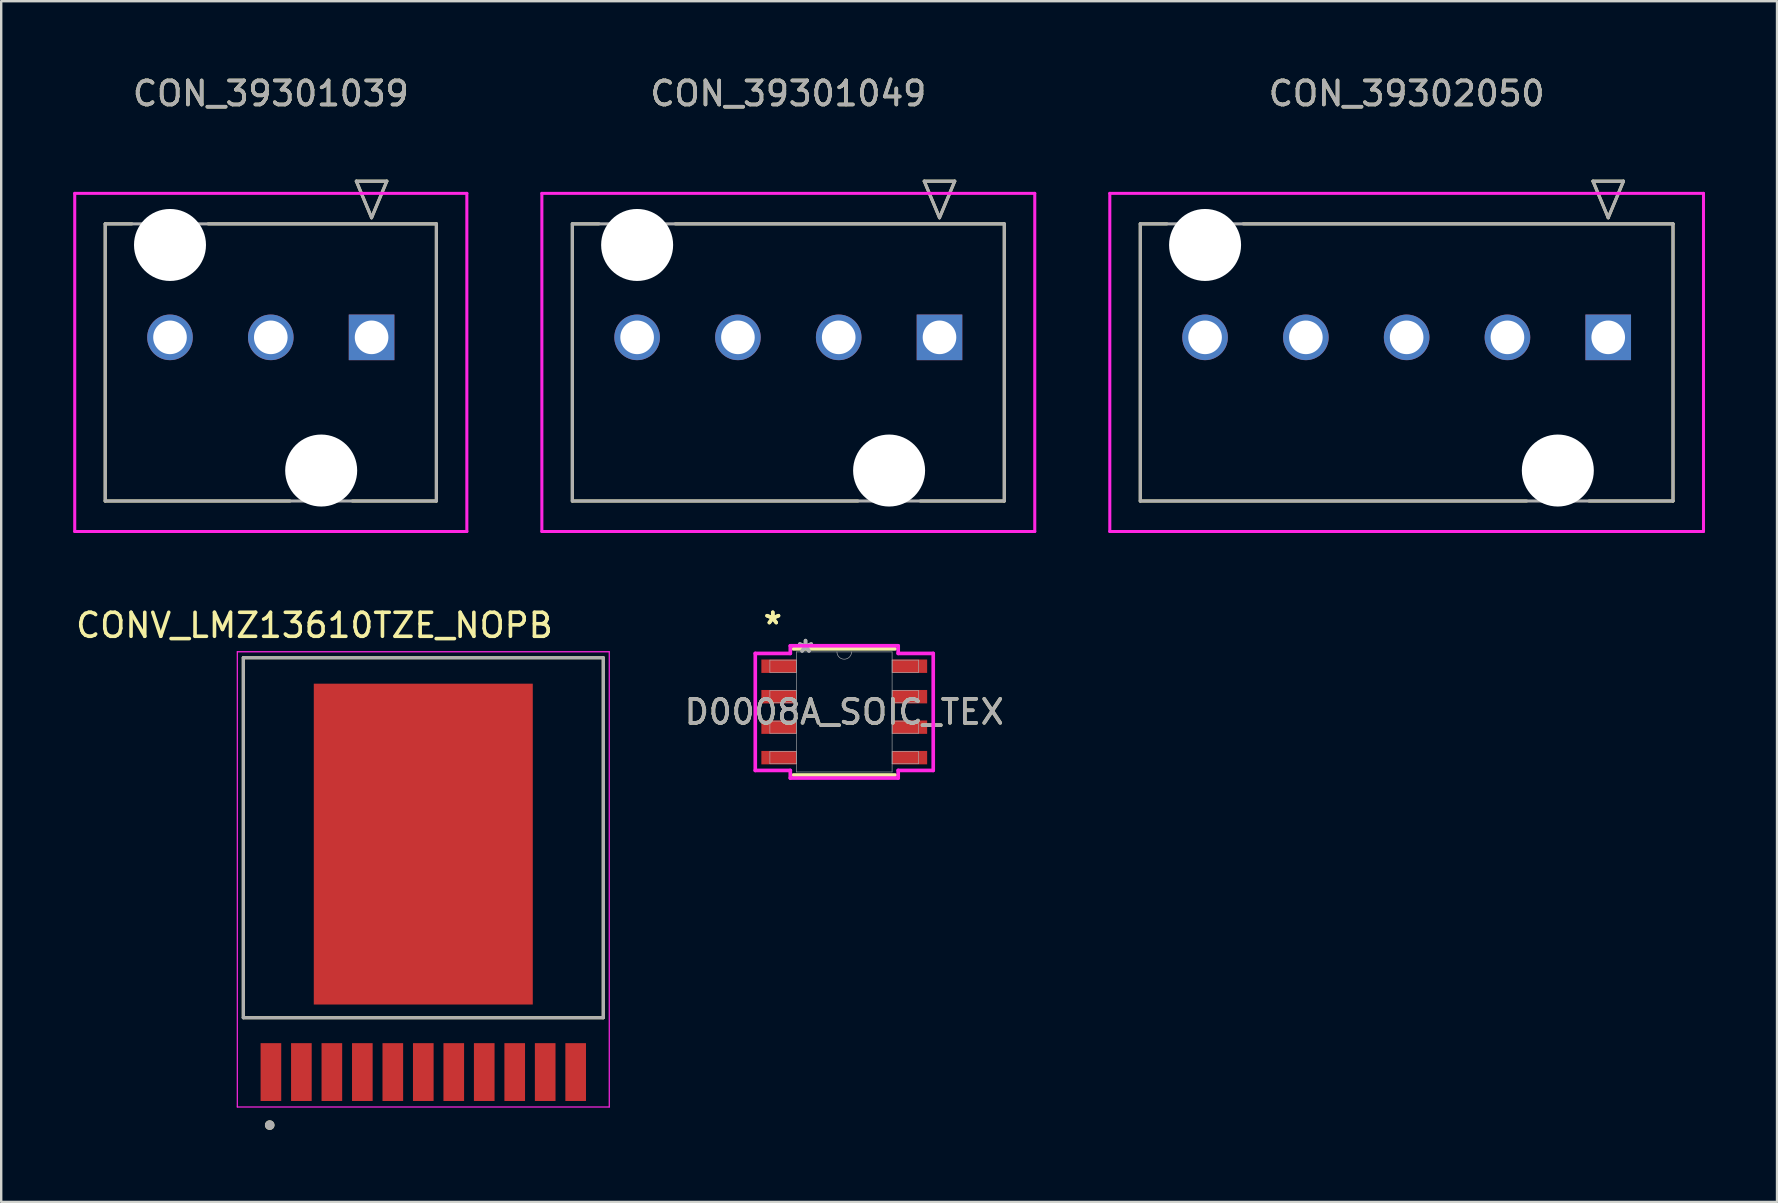
<source format=kicad_pcb>
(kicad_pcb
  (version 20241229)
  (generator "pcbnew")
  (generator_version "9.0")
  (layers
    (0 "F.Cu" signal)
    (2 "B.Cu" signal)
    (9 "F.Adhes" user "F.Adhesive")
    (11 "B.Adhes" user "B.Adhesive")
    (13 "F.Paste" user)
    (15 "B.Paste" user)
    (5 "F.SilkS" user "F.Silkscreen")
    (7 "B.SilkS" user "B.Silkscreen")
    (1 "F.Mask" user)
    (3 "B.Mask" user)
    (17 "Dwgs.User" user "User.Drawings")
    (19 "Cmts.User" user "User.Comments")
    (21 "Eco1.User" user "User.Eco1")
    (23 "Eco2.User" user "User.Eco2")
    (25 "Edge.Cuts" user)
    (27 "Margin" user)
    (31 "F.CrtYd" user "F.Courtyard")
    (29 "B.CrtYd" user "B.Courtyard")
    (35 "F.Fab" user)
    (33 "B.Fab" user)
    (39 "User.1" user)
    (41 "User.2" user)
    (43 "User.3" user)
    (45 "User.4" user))
  (footprint "CON_39301049"
    (layer "F.Cu")
    (at 36.1 11.008)
    (property "Reference" "CON_39301049" (at -6.3 -10.16 0) (unlocked yes) (layer "F.SilkS") (effects (font (size 1 1) (thickness 0.15))))
    (attr through_hole)
    (fp_line (start -15.3 -4.73) (end -15.3 6.82) (stroke (width 0.127) (type solid)) (layer "F.SilkS"))
    (fp_line (start -15.3 6.82) (end -3.4 6.82) (stroke (width 0.127) (type solid)) (layer "F.SilkS"))
    (fp_line (start -14.19 -4.73) (end -15.3 -4.73) (stroke (width 0.127) (type solid)) (layer "F.SilkS"))
    (fp_line (start -0.8 6.82) (end 2.7 6.82) (stroke (width 0.127) (type solid)) (layer "F.SilkS"))
    (fp_line (start -0.635 -6.508) (end 0 -4.984) (stroke (width 0.127) (type solid)) (layer "F.SilkS"))
    (fp_line (start 0 -4.984) (end 0.635 -6.508) (stroke (width 0.127) (type solid)) (layer "F.SilkS"))
    (fp_line (start 0.635 -6.508) (end -0.635 -6.508) (stroke (width 0.127) (type solid)) (layer "F.SilkS"))
    (fp_line (start 2.7 -4.73) (end -11.01 -4.73) (stroke (width 0.127) (type solid)) (layer "F.SilkS"))
    (fp_line (start 2.7 6.82) (end 2.7 -4.73) (stroke (width 0.127) (type solid)) (layer "F.SilkS"))
    (fp_line (start -16.57 -6) (end -16.57 8.09) (stroke (width 0.127) (type solid)) (layer "F.CrtYd"))
    (fp_line (start -16.57 8.09) (end 3.97 8.09) (stroke (width 0.127) (type solid)) (layer "F.CrtYd"))
    (fp_line (start 3.97 -6) (end -16.57 -6) (stroke (width 0.127) (type solid)) (layer "F.CrtYd"))
    (fp_line (start 3.97 8.09) (end 3.97 -6) (stroke (width 0.127) (type solid)) (layer "F.CrtYd"))
    (fp_line (start -15.3 -4.73) (end -15.3 6.82) (stroke (width 0.127) (type solid)) (layer "F.Fab"))
    (fp_line (start -15.3 6.82) (end 2.7 6.82) (stroke (width 0.127) (type solid)) (layer "F.Fab"))
    (fp_line (start -0.635 -6.508) (end 0 -4.984) (stroke (width 0.127) (type solid)) (layer "F.Fab"))
    (fp_line (start 0 -4.984) (end 0.635 -6.508) (stroke (width 0.127) (type solid)) (layer "F.Fab"))
    (fp_line (start 0.635 -6.508) (end -0.635 -6.508) (stroke (width 0.127) (type solid)) (layer "F.Fab"))
    (fp_line (start 2.7 -4.73) (end -15.3 -4.73) (stroke (width 0.127) (type solid)) (layer "F.Fab"))
    (fp_line (start 2.7 6.82) (end 2.7 -4.73) (stroke (width 0.127) (type solid)) (layer "F.Fab"))
    (fp_text user "${REFERENCE}" (at -6.3 -10.16 0) (unlocked yes) (layer "F.Fab") (effects (font (size 1 1) (thickness 0.15))))
    (pad "" np_thru_hole circle (at -12.6 -3.85) (size 3 3) (drill 3) (layers "*.Cu" "*.Mask"))
    (pad "" np_thru_hole circle (at -2.1 5.55) (size 3 3) (drill 3) (layers "*.Cu" "*.Mask"))
    (pad "1" thru_hole rect (at 0 0) (size 1.9 1.9) (drill 1.4) (layers "*.Cu" "*.Mask"))
    (pad "2" thru_hole circle (at -4.2 0) (size 1.9 1.9) (drill 1.4) (layers "*.Cu" "*.Mask"))
    (pad "3" thru_hole circle (at -8.4 0) (size 1.9 1.9) (drill 1.4) (layers "*.Cu" "*.Mask"))
    (pad "4" thru_hole circle (at -12.6 0) (size 1.9 1.9) (drill 1.4) (layers "*.Cu" "*.Mask")))
  (footprint "D0008A_SOIC_TEX"
    (layer "F.Cu")
    (at 32.131 26.617)
    (property "Reference" "D0008A_SOIC_TEX" (at 0 0 0) (unlocked yes) (layer "F.SilkS") (effects (font (size 1 1) (thickness 0.15))))
    (attr smd)
    (fp_line (start -2.121 2.629) (end 2.121 2.629) (stroke (width 0.152) (type solid)) (layer "F.SilkS"))
    (fp_line (start 2.121 -2.629) (end -2.121 -2.629) (stroke (width 0.152) (type solid)) (layer "F.SilkS"))
    (fp_line (start -3.708 -2.438) (end -2.248 -2.438) (stroke (width 0.152) (type solid)) (layer "F.CrtYd"))
    (fp_line (start -3.708 2.438) (end -3.708 -2.438) (stroke (width 0.152) (type solid)) (layer "F.CrtYd"))
    (fp_line (start -3.708 2.438) (end -2.248 2.438) (stroke (width 0.152) (type solid)) (layer "F.CrtYd"))
    (fp_line (start -2.248 -2.756) (end 2.248 -2.756) (stroke (width 0.152) (type solid)) (layer "F.CrtYd"))
    (fp_line (start -2.248 -2.438) (end -2.248 -2.756) (stroke (width 0.152) (type solid)) (layer "F.CrtYd"))
    (fp_line (start -2.248 2.756) (end -2.248 2.438) (stroke (width 0.152) (type solid)) (layer "F.CrtYd"))
    (fp_line (start 2.248 -2.756) (end 2.248 -2.438) (stroke (width 0.152) (type solid)) (layer "F.CrtYd"))
    (fp_line (start 2.248 2.438) (end 2.248 2.756) (stroke (width 0.152) (type solid)) (layer "F.CrtYd"))
    (fp_line (start 2.248 2.756) (end -2.248 2.756) (stroke (width 0.152) (type solid)) (layer "F.CrtYd"))
    (fp_line (start 3.708 -2.438) (end 2.248 -2.438) (stroke (width 0.152) (type solid)) (layer "F.CrtYd"))
    (fp_line (start 3.708 -2.438) (end 3.708 2.438) (stroke (width 0.152) (type solid)) (layer "F.CrtYd"))
    (fp_line (start 3.708 2.438) (end 2.248 2.438) (stroke (width 0.152) (type solid)) (layer "F.CrtYd"))
    (fp_line (start -3.099 -2.159) (end -3.099 -1.651) (stroke (width 0.025) (type solid)) (layer "F.Fab"))
    (fp_line (start -3.099 -1.651) (end -1.994 -1.651) (stroke (width 0.025) (type solid)) (layer "F.Fab"))
    (fp_line (start -3.099 -0.889) (end -3.099 -0.381) (stroke (width 0.025) (type solid)) (layer "F.Fab"))
    (fp_line (start -3.099 -0.381) (end -1.994 -0.381) (stroke (width 0.025) (type solid)) (layer "F.Fab"))
    (fp_line (start -3.099 0.381) (end -3.099 0.889) (stroke (width 0.025) (type solid)) (layer "F.Fab"))
    (fp_line (start -3.099 0.889) (end -1.994 0.889) (stroke (width 0.025) (type solid)) (layer "F.Fab"))
    (fp_line (start -3.099 1.651) (end -3.099 2.159) (stroke (width 0.025) (type solid)) (layer "F.Fab"))
    (fp_line (start -3.099 2.159) (end -1.994 2.159) (stroke (width 0.025) (type solid)) (layer "F.Fab"))
    (fp_line (start -1.994 -2.502) (end -1.994 2.502) (stroke (width 0.025) (type solid)) (layer "F.Fab"))
    (fp_line (start -1.994 -2.159) (end -3.099 -2.159) (stroke (width 0.025) (type solid)) (layer "F.Fab"))
    (fp_line (start -1.994 -1.651) (end -1.994 -2.159) (stroke (width 0.025) (type solid)) (layer "F.Fab"))
    (fp_line (start -1.994 -0.889) (end -3.099 -0.889) (stroke (width 0.025) (type solid)) (layer "F.Fab"))
    (fp_line (start -1.994 -0.381) (end -1.994 -0.889) (stroke (width 0.025) (type solid)) (layer "F.Fab"))
    (fp_line (start -1.994 0.381) (end -3.099 0.381) (stroke (width 0.025) (type solid)) (layer "F.Fab"))
    (fp_line (start -1.994 0.889) (end -1.994 0.381) (stroke (width 0.025) (type solid)) (layer "F.Fab"))
    (fp_line (start -1.994 1.651) (end -3.099 1.651) (stroke (width 0.025) (type solid)) (layer "F.Fab"))
    (fp_line (start -1.994 2.159) (end -1.994 1.651) (stroke (width 0.025) (type solid)) (layer "F.Fab"))
    (fp_line (start -1.994 2.502) (end 1.994 2.502) (stroke (width 0.025) (type solid)) (layer "F.Fab"))
    (fp_line (start 1.994 -2.502) (end -1.994 -2.502) (stroke (width 0.025) (type solid)) (layer "F.Fab"))
    (fp_line (start 1.994 -2.159) (end 1.994 -1.651) (stroke (width 0.025) (type solid)) (layer "F.Fab"))
    (fp_line (start 1.994 -1.651) (end 3.099 -1.651) (stroke (width 0.025) (type solid)) (layer "F.Fab"))
    (fp_line (start 1.994 -0.889) (end 1.994 -0.381) (stroke (width 0.025) (type solid)) (layer "F.Fab"))
    (fp_line (start 1.994 -0.381) (end 3.099 -0.381) (stroke (width 0.025) (type solid)) (layer "F.Fab"))
    (fp_line (start 1.994 0.381) (end 1.994 0.889) (stroke (width 0.025) (type solid)) (layer "F.Fab"))
    (fp_line (start 1.994 0.889) (end 3.099 0.889) (stroke (width 0.025) (type solid)) (layer "F.Fab"))
    (fp_line (start 1.994 1.651) (end 1.994 2.159) (stroke (width 0.025) (type solid)) (layer "F.Fab"))
    (fp_line (start 1.994 2.159) (end 3.099 2.159) (stroke (width 0.025) (type solid)) (layer "F.Fab"))
    (fp_line (start 1.994 2.502) (end 1.994 -2.502) (stroke (width 0.025) (type solid)) (layer "F.Fab"))
    (fp_line (start 3.099 -2.159) (end 1.994 -2.159) (stroke (width 0.025) (type solid)) (layer "F.Fab"))
    (fp_line (start 3.099 -1.651) (end 3.099 -2.159) (stroke (width 0.025) (type solid)) (layer "F.Fab"))
    (fp_line (start 3.099 -0.889) (end 1.994 -0.889) (stroke (width 0.025) (type solid)) (layer "F.Fab"))
    (fp_line (start 3.099 -0.381) (end 3.099 -0.889) (stroke (width 0.025) (type solid)) (layer "F.Fab"))
    (fp_line (start 3.099 0.381) (end 1.994 0.381) (stroke (width 0.025) (type solid)) (layer "F.Fab"))
    (fp_line (start 3.099 0.889) (end 3.099 0.381) (stroke (width 0.025) (type solid)) (layer "F.Fab"))
    (fp_line (start 3.099 1.651) (end 1.994 1.651) (stroke (width 0.025) (type solid)) (layer "F.Fab"))
    (fp_line (start 3.099 2.159) (end 3.099 1.651) (stroke (width 0.025) (type solid)) (layer "F.Fab"))
    (fp_arc (start 0.3048 -2.5019) (mid 0 -2.1971) (end -0.3048 -2.5019) (stroke (width 0.0254) (type solid)) (layer "F.Fab"))
    (fp_text user "*" (at -2.978 -3.607 0) (layer "F.SilkS") (effects (font (size 1 1) (thickness 0.15))))
    (fp_text user "*" (at -2.978 -3.607 0) (unlocked yes) (layer "F.SilkS") (effects (font (size 1 1) (thickness 0.15))))
    (fp_text user "*" (at -1.613 -2.426 0) (unlocked yes) (layer "F.Fab") (effects (font (size 1 1) (thickness 0.15))))
    (fp_text user "${REFERENCE}" (at 0 0 0) (unlocked yes) (layer "F.Fab") (effects (font (size 1 1) (thickness 0.15))))
    (fp_text user "*" (at -1.613 -2.426 0) (layer "F.Fab") (effects (font (size 1 1) (thickness 0.15))))
    (pad "1" smd rect (at -2.724 -1.905) (size 1.46 0.559) (layers "F.Cu" "F.Mask" "F.Paste"))
    (pad "2" smd rect (at -2.724 -0.635) (size 1.46 0.559) (layers "F.Cu" "F.Mask" "F.Paste"))
    (pad "3" smd rect (at -2.724 0.635) (size 1.46 0.559) (layers "F.Cu" "F.Mask" "F.Paste"))
    (pad "4" smd rect (at -2.724 1.905) (size 1.46 0.559) (layers "F.Cu" "F.Mask" "F.Paste"))
    (pad "5" smd rect (at 2.724 1.905) (size 1.46 0.559) (layers "F.Cu" "F.Mask" "F.Paste"))
    (pad "6" smd rect (at 2.724 0.635) (size 1.46 0.559) (layers "F.Cu" "F.Mask" "F.Paste"))
    (pad "7" smd rect (at 2.724 -0.635) (size 1.46 0.559) (layers "F.Cu" "F.Mask" "F.Paste"))
    (pad "8" smd rect (at 2.724 -1.905) (size 1.46 0.559) (layers "F.Cu" "F.Mask" "F.Paste")))
  (footprint "CONV_LMZ13610TZE_NOPB"
    (layer "F.Cu")
    (at 14.589 33.595)
    (property "Reference" "CONV_LMZ13610TZE_NOPB" (at -4.535 -10.585 0) (layer "F.SilkS") (effects (font (size 1 1) (thickness 0.15))))
    (attr smd)
    (fp_line (start -7.5 -9.235) (end -7.5 5.765) (stroke (width 0.127) (type solid)) (layer "F.SilkS"))
    (fp_line (start -7.5 5.765) (end 7.5 5.765) (stroke (width 0.127) (type solid)) (layer "F.SilkS"))
    (fp_line (start 7.5 -9.235) (end -7.5 -9.235) (stroke (width 0.127) (type solid)) (layer "F.SilkS"))
    (fp_line (start 7.5 5.765) (end 7.5 -9.235) (stroke (width 0.127) (type solid)) (layer "F.SilkS"))
    (fp_circle (center -6.4 10.24) (end -6.3 10.24) (stroke (width 0.2) (type solid)) (fill no) (layer "F.SilkS"))
    (fp_poly (pts (xy -3.226 -6.197) (xy 3.226 -6.197) (xy 3.226 3.257) (xy -3.226 3.257)) (stroke (width 0.01) (type solid)) (fill yes) (layer "F.Paste"))
    (fp_line (start -7.75 -9.485) (end -7.75 9.485) (stroke (width 0.05) (type solid)) (layer "F.CrtYd"))
    (fp_line (start -7.75 9.485) (end 7.75 9.485) (stroke (width 0.05) (type solid)) (layer "F.CrtYd"))
    (fp_line (start 7.75 -9.485) (end -7.75 -9.485) (stroke (width 0.05) (type solid)) (layer "F.CrtYd"))
    (fp_line (start 7.75 9.485) (end 7.75 -9.485) (stroke (width 0.05) (type solid)) (layer "F.CrtYd"))
    (fp_line (start -7.5 -9.235) (end -7.5 5.765) (stroke (width 0.127) (type solid)) (layer "F.Fab"))
    (fp_line (start -7.5 5.765) (end 7.5 5.765) (stroke (width 0.127) (type solid)) (layer "F.Fab"))
    (fp_line (start 7.5 -9.235) (end -7.5 -9.235) (stroke (width 0.127) (type solid)) (layer "F.Fab"))
    (fp_line (start 7.5 5.765) (end 7.5 -9.235) (stroke (width 0.127) (type solid)) (layer "F.Fab"))
    (fp_circle (center -6.4 10.24) (end -6.3 10.24) (stroke (width 0.2) (type solid)) (fill no) (layer "F.Fab"))
    (pad "1" smd rect (at -6.35 8.03) (size 0.86 2.41) (layers "F.Cu" "F.Mask" "F.Paste"))
    (pad "2" smd rect (at -5.08 8.03) (size 0.86 2.41) (layers "F.Cu" "F.Mask" "F.Paste"))
    (pad "3" smd rect (at -3.81 8.03) (size 0.86 2.41) (layers "F.Cu" "F.Mask" "F.Paste"))
    (pad "4" smd rect (at -2.54 8.03) (size 0.86 2.41) (layers "F.Cu" "F.Mask" "F.Paste"))
    (pad "5" smd rect (at -1.27 8.03) (size 0.86 2.41) (layers "F.Cu" "F.Mask" "F.Paste"))
    (pad "6" smd rect (at 0 8.03) (size 0.86 2.41) (layers "F.Cu" "F.Mask" "F.Paste"))
    (pad "7" smd rect (at 1.27 8.03) (size 0.86 2.41) (layers "F.Cu" "F.Mask" "F.Paste"))
    (pad "8" smd rect (at 2.54 8.03) (size 0.86 2.41) (layers "F.Cu" "F.Mask" "F.Paste"))
    (pad "9" smd rect (at 3.81 8.03) (size 0.86 2.41) (layers "F.Cu" "F.Mask" "F.Paste"))
    (pad "10" smd rect (at 5.08 8.03) (size 0.86 2.41) (layers "F.Cu" "F.Mask" "F.Paste"))
    (pad "11" smd rect (at 6.35 8.03) (size 0.86 2.41) (layers "F.Cu" "F.Mask" "F.Paste"))
    (pad "12" smd rect (at 0 -1.47) (size 9.126 13.37) (layers "F.Cu" "F.Mask")))
  (footprint "CON_39302050"
    (layer "F.Cu")
    (at 63.967 11.008)
    (property "Reference" "CON_39302050" (at -8.4 -10.16 0) (unlocked yes) (layer "F.SilkS") (effects (font (size 1 1) (thickness 0.15))))
    (attr through_hole)
    (fp_line (start -19.5 -4.73) (end -19.5 6.82) (stroke (width 0.127) (type solid)) (layer "F.SilkS"))
    (fp_line (start -19.5 6.82) (end -3.4 6.82) (stroke (width 0.127) (type solid)) (layer "F.SilkS"))
    (fp_line (start -18.39 -4.73) (end -19.5 -4.73) (stroke (width 0.127) (type solid)) (layer "F.SilkS"))
    (fp_line (start -0.8 6.82) (end 2.7 6.82) (stroke (width 0.127) (type solid)) (layer "F.SilkS"))
    (fp_line (start -0.635 -6.508) (end 0 -4.984) (stroke (width 0.127) (type solid)) (layer "F.SilkS"))
    (fp_line (start 0 -4.984) (end 0.635 -6.508) (stroke (width 0.127) (type solid)) (layer "F.SilkS"))
    (fp_line (start 0.635 -6.508) (end -0.635 -6.508) (stroke (width 0.127) (type solid)) (layer "F.SilkS"))
    (fp_line (start 2.7 -4.73) (end -15.21 -4.73) (stroke (width 0.127) (type solid)) (layer "F.SilkS"))
    (fp_line (start 2.7 6.82) (end 2.7 -4.73) (stroke (width 0.127) (type solid)) (layer "F.SilkS"))
    (fp_line (start -20.77 -6) (end -20.77 8.09) (stroke (width 0.127) (type solid)) (layer "F.CrtYd"))
    (fp_line (start -20.77 8.09) (end 3.97 8.09) (stroke (width 0.127) (type solid)) (layer "F.CrtYd"))
    (fp_line (start 3.97 -6) (end -20.77 -6) (stroke (width 0.127) (type solid)) (layer "F.CrtYd"))
    (fp_line (start 3.97 8.09) (end 3.97 -6) (stroke (width 0.127) (type solid)) (layer "F.CrtYd"))
    (fp_line (start -19.5 -4.73) (end -19.5 6.82) (stroke (width 0.127) (type solid)) (layer "F.Fab"))
    (fp_line (start -19.5 6.82) (end 2.7 6.82) (stroke (width 0.127) (type solid)) (layer "F.Fab"))
    (fp_line (start -0.635 -6.508) (end 0 -4.984) (stroke (width 0.127) (type solid)) (layer "F.Fab"))
    (fp_line (start 0 -4.984) (end 0.635 -6.508) (stroke (width 0.127) (type solid)) (layer "F.Fab"))
    (fp_line (start 0.635 -6.508) (end -0.635 -6.508) (stroke (width 0.127) (type solid)) (layer "F.Fab"))
    (fp_line (start 2.7 -4.73) (end -19.5 -4.73) (stroke (width 0.127) (type solid)) (layer "F.Fab"))
    (fp_line (start 2.7 6.82) (end 2.7 -4.73) (stroke (width 0.127) (type solid)) (layer "F.Fab"))
    (fp_text user "${REFERENCE}" (at -8.4 -10.16 0) (unlocked yes) (layer "F.Fab") (effects (font (size 1 1) (thickness 0.15))))
    (pad "" np_thru_hole circle (at -16.8 -3.85) (size 3 3) (drill 3) (layers "*.Cu" "*.Mask"))
    (pad "" np_thru_hole circle (at -2.1 5.55) (size 3 3) (drill 3) (layers "*.Cu" "*.Mask"))
    (pad "1" thru_hole rect (at 0 0) (size 1.9 1.9) (drill 1.4) (layers "*.Cu" "*.Mask"))
    (pad "2" thru_hole circle (at -4.2 0) (size 1.9 1.9) (drill 1.4) (layers "*.Cu" "*.Mask"))
    (pad "3" thru_hole circle (at -8.4 0) (size 1.9 1.9) (drill 1.4) (layers "*.Cu" "*.Mask"))
    (pad "4" thru_hole circle (at -12.6 0) (size 1.9 1.9) (drill 1.4) (layers "*.Cu" "*.Mask"))
    (pad "5" thru_hole circle (at -16.8 0) (size 1.9 1.9) (drill 1.4) (layers "*.Cu" "*.Mask")))
  (footprint "CON_39301039"
    (layer "F.Cu")
    (at 12.434 11.008)
    (property "Reference" "CON_39301039" (at -4.2 -10.16 0) (unlocked yes) (layer "F.SilkS") (effects (font (size 1 1) (thickness 0.15))))
    (attr through_hole)
    (fp_line (start -11.1 -4.73) (end -11.1 6.82) (stroke (width 0.127) (type solid)) (layer "F.SilkS"))
    (fp_line (start -11.1 6.82) (end -3.4 6.82) (stroke (width 0.127) (type solid)) (layer "F.SilkS"))
    (fp_line (start -9.99 -4.73) (end -11.1 -4.73) (stroke (width 0.127) (type solid)) (layer "F.SilkS"))
    (fp_line (start -0.8 6.82) (end 2.7 6.82) (stroke (width 0.127) (type solid)) (layer "F.SilkS"))
    (fp_line (start -0.635 -6.508) (end 0 -4.984) (stroke (width 0.127) (type solid)) (layer "F.SilkS"))
    (fp_line (start 0 -4.984) (end 0.635 -6.508) (stroke (width 0.127) (type solid)) (layer "F.SilkS"))
    (fp_line (start 0.635 -6.508) (end -0.635 -6.508) (stroke (width 0.127) (type solid)) (layer "F.SilkS"))
    (fp_line (start 2.7 -4.73) (end -6.81 -4.73) (stroke (width 0.127) (type solid)) (layer "F.SilkS"))
    (fp_line (start 2.7 6.82) (end 2.7 -4.73) (stroke (width 0.127) (type solid)) (layer "F.SilkS"))
    (fp_line (start -12.37 -6) (end -12.37 8.09) (stroke (width 0.127) (type solid)) (layer "F.CrtYd"))
    (fp_line (start -12.37 8.09) (end 3.97 8.09) (stroke (width 0.127) (type solid)) (layer "F.CrtYd"))
    (fp_line (start 3.97 -6) (end -12.37 -6) (stroke (width 0.127) (type solid)) (layer "F.CrtYd"))
    (fp_line (start 3.97 8.09) (end 3.97 -6) (stroke (width 0.127) (type solid)) (layer "F.CrtYd"))
    (fp_line (start -11.1 -4.73) (end -11.1 6.82) (stroke (width 0.127) (type solid)) (layer "F.Fab"))
    (fp_line (start -11.1 6.82) (end 2.7 6.82) (stroke (width 0.127) (type solid)) (layer "F.Fab"))
    (fp_line (start -0.635 -6.508) (end 0 -4.984) (stroke (width 0.127) (type solid)) (layer "F.Fab"))
    (fp_line (start 0 -4.984) (end 0.635 -6.508) (stroke (width 0.127) (type solid)) (layer "F.Fab"))
    (fp_line (start 0.635 -6.508) (end -0.635 -6.508) (stroke (width 0.127) (type solid)) (layer "F.Fab"))
    (fp_line (start 2.7 -4.73) (end -11.1 -4.73) (stroke (width 0.127) (type solid)) (layer "F.Fab"))
    (fp_line (start 2.7 6.82) (end 2.7 -4.73) (stroke (width 0.127) (type solid)) (layer "F.Fab"))
    (fp_text user "${REFERENCE}" (at -4.2 -10.16 0) (unlocked yes) (layer "F.Fab") (effects (font (size 1 1) (thickness 0.15))))
    (pad "" np_thru_hole circle (at -8.4 -3.85) (size 3 3) (drill 3) (layers "*.Cu" "*.Mask"))
    (pad "" np_thru_hole circle (at -2.1 5.55) (size 3 3) (drill 3) (layers "*.Cu" "*.Mask"))
    (pad "1" thru_hole rect (at 0 0) (size 1.9 1.9) (drill 1.4) (layers "*.Cu" "*.Mask"))
    (pad "2" thru_hole circle (at -4.2 0) (size 1.9 1.9) (drill 1.4) (layers "*.Cu" "*.Mask"))
    (pad "3" thru_hole circle (at -8.4 0) (size 1.9 1.9) (drill 1.4) (layers "*.Cu" "*.Mask")))
  (gr_rect
    (start -3 -3)
    (end 71.001 47.035)
    (stroke (width 0.1) (type default))
    (fill no)
    (layer "Edge.Cuts")))
</source>
